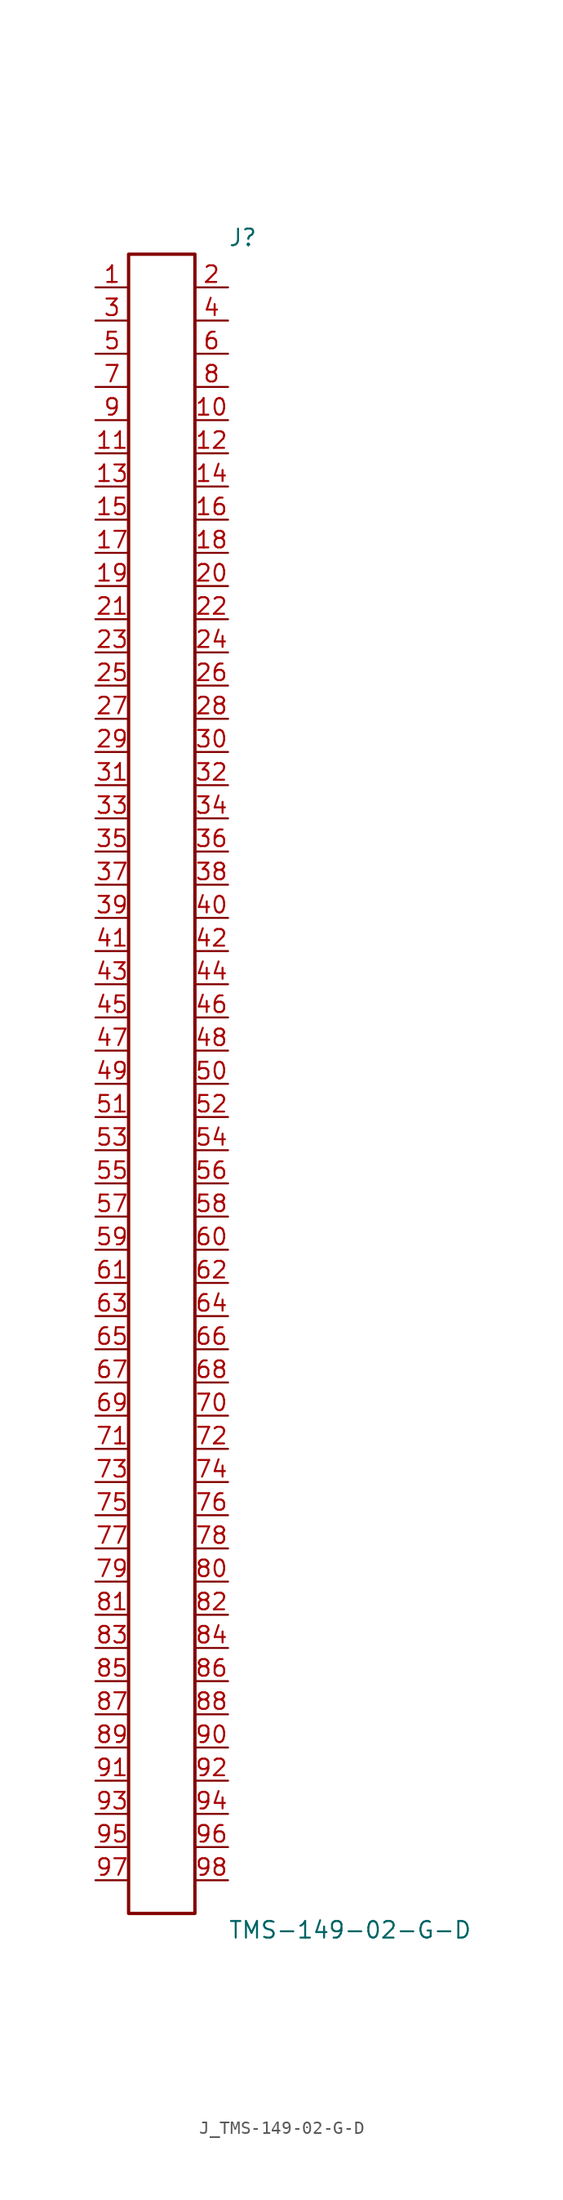
<source format=kicad_sym>
(kicad_symbol_lib
  (version 20231120)
  (generator kicad_symbol_editor)
  (generator_version 8.0)
  (symbol "J_TMS-149-02-G-D"
    (pin_names
      (offset 0.254))
    (property "Reference" "J"
      (at 5.08 64.77 0)
      (effects (font (size 1.27 1.27)) (justify left)))
    (property "Value" "TMS-149-02-G-D"
      (at 5.08 -64.77 0)
      (effects (font (size 1.27 1.27)) (justify left)))
    (symbol "J_TMS-149-02-G-D_0_0"
      (pin unspecified line (at -5.08 60.96 0) (length 2.54) (name "" (effects (font (size 1.27 1.27)))) (number "1" (effects (font (size 1.27 1.27)))))
      (pin unspecified line (at 5.08 60.96 180) (length 2.54) (name "" (effects (font (size 1.27 1.27)))) (number "2" (effects (font (size 1.27 1.27)))))
      (pin unspecified line (at -5.08 58.42 0) (length 2.54) (name "" (effects (font (size 1.27 1.27)))) (number "3" (effects (font (size 1.27 1.27)))))
      (pin unspecified line (at 5.08 58.42 180) (length 2.54) (name "" (effects (font (size 1.27 1.27)))) (number "4" (effects (font (size 1.27 1.27)))))
      (pin unspecified line (at -5.08 55.88 0) (length 2.54) (name "" (effects (font (size 1.27 1.27)))) (number "5" (effects (font (size 1.27 1.27)))))
      (pin unspecified line (at 5.08 55.88 180) (length 2.54) (name "" (effects (font (size 1.27 1.27)))) (number "6" (effects (font (size 1.27 1.27)))))
      (pin unspecified line (at -5.08 53.34 0) (length 2.54) (name "" (effects (font (size 1.27 1.27)))) (number "7" (effects (font (size 1.27 1.27)))))
      (pin unspecified line (at 5.08 53.34 180) (length 2.54) (name "" (effects (font (size 1.27 1.27)))) (number "8" (effects (font (size 1.27 1.27)))))
      (pin unspecified line (at -5.08 50.8 0) (length 2.54) (name "" (effects (font (size 1.27 1.27)))) (number "9" (effects (font (size 1.27 1.27)))))
      (pin unspecified line (at 5.08 50.8 180) (length 2.54) (name "" (effects (font (size 1.27 1.27)))) (number "10" (effects (font (size 1.27 1.27)))))
      (pin unspecified line (at -5.08 48.26 0) (length 2.54) (name "" (effects (font (size 1.27 1.27)))) (number "11" (effects (font (size 1.27 1.27)))))
      (pin unspecified line (at 5.08 48.26 180) (length 2.54) (name "" (effects (font (size 1.27 1.27)))) (number "12" (effects (font (size 1.27 1.27)))))
      (pin unspecified line (at -5.08 45.72 0) (length 2.54) (name "" (effects (font (size 1.27 1.27)))) (number "13" (effects (font (size 1.27 1.27)))))
      (pin unspecified line (at 5.08 45.72 180) (length 2.54) (name "" (effects (font (size 1.27 1.27)))) (number "14" (effects (font (size 1.27 1.27)))))
      (pin unspecified line (at -5.08 43.18 0) (length 2.54) (name "" (effects (font (size 1.27 1.27)))) (number "15" (effects (font (size 1.27 1.27)))))
      (pin unspecified line (at 5.08 43.18 180) (length 2.54) (name "" (effects (font (size 1.27 1.27)))) (number "16" (effects (font (size 1.27 1.27)))))
      (pin unspecified line (at -5.08 40.64 0) (length 2.54) (name "" (effects (font (size 1.27 1.27)))) (number "17" (effects (font (size 1.27 1.27)))))
      (pin unspecified line (at 5.08 40.64 180) (length 2.54) (name "" (effects (font (size 1.27 1.27)))) (number "18" (effects (font (size 1.27 1.27)))))
      (pin unspecified line (at -5.08 38.1 0) (length 2.54) (name "" (effects (font (size 1.27 1.27)))) (number "19" (effects (font (size 1.27 1.27)))))
      (pin unspecified line (at 5.08 38.1 180) (length 2.54) (name "" (effects (font (size 1.27 1.27)))) (number "20" (effects (font (size 1.27 1.27)))))
      (pin unspecified line (at -5.08 35.56 0) (length 2.54) (name "" (effects (font (size 1.27 1.27)))) (number "21" (effects (font (size 1.27 1.27)))))
      (pin unspecified line (at 5.08 35.56 180) (length 2.54) (name "" (effects (font (size 1.27 1.27)))) (number "22" (effects (font (size 1.27 1.27)))))
      (pin unspecified line (at -5.08 33.02 0) (length 2.54) (name "" (effects (font (size 1.27 1.27)))) (number "23" (effects (font (size 1.27 1.27)))))
      (pin unspecified line (at 5.08 33.02 180) (length 2.54) (name "" (effects (font (size 1.27 1.27)))) (number "24" (effects (font (size 1.27 1.27)))))
      (pin unspecified line (at -5.08 30.48 0) (length 2.54) (name "" (effects (font (size 1.27 1.27)))) (number "25" (effects (font (size 1.27 1.27)))))
      (pin unspecified line (at 5.08 30.48 180) (length 2.54) (name "" (effects (font (size 1.27 1.27)))) (number "26" (effects (font (size 1.27 1.27)))))
      (pin unspecified line (at -5.08 27.94 0) (length 2.54) (name "" (effects (font (size 1.27 1.27)))) (number "27" (effects (font (size 1.27 1.27)))))
      (pin unspecified line (at 5.08 27.94 180) (length 2.54) (name "" (effects (font (size 1.27 1.27)))) (number "28" (effects (font (size 1.27 1.27)))))
      (pin unspecified line (at -5.08 25.4 0) (length 2.54) (name "" (effects (font (size 1.27 1.27)))) (number "29" (effects (font (size 1.27 1.27)))))
      (pin unspecified line (at 5.08 25.4 180) (length 2.54) (name "" (effects (font (size 1.27 1.27)))) (number "30" (effects (font (size 1.27 1.27)))))
      (pin unspecified line (at -5.08 22.86 0) (length 2.54) (name "" (effects (font (size 1.27 1.27)))) (number "31" (effects (font (size 1.27 1.27)))))
      (pin unspecified line (at 5.08 22.86 180) (length 2.54) (name "" (effects (font (size 1.27 1.27)))) (number "32" (effects (font (size 1.27 1.27)))))
      (pin unspecified line (at -5.08 20.32 0) (length 2.54) (name "" (effects (font (size 1.27 1.27)))) (number "33" (effects (font (size 1.27 1.27)))))
      (pin unspecified line (at 5.08 20.32 180) (length 2.54) (name "" (effects (font (size 1.27 1.27)))) (number "34" (effects (font (size 1.27 1.27)))))
      (pin unspecified line (at -5.08 17.78 0) (length 2.54) (name "" (effects (font (size 1.27 1.27)))) (number "35" (effects (font (size 1.27 1.27)))))
      (pin unspecified line (at 5.08 17.78 180) (length 2.54) (name "" (effects (font (size 1.27 1.27)))) (number "36" (effects (font (size 1.27 1.27)))))
      (pin unspecified line (at -5.08 15.24 0) (length 2.54) (name "" (effects (font (size 1.27 1.27)))) (number "37" (effects (font (size 1.27 1.27)))))
      (pin unspecified line (at 5.08 15.24 180) (length 2.54) (name "" (effects (font (size 1.27 1.27)))) (number "38" (effects (font (size 1.27 1.27)))))
      (pin unspecified line (at -5.08 12.7 0) (length 2.54) (name "" (effects (font (size 1.27 1.27)))) (number "39" (effects (font (size 1.27 1.27)))))
      (pin unspecified line (at 5.08 12.7 180) (length 2.54) (name "" (effects (font (size 1.27 1.27)))) (number "40" (effects (font (size 1.27 1.27)))))
      (pin unspecified line (at -5.08 10.16 0) (length 2.54) (name "" (effects (font (size 1.27 1.27)))) (number "41" (effects (font (size 1.27 1.27)))))
      (pin unspecified line (at 5.08 10.16 180) (length 2.54) (name "" (effects (font (size 1.27 1.27)))) (number "42" (effects (font (size 1.27 1.27)))))
      (pin unspecified line (at -5.08 7.62 0) (length 2.54) (name "" (effects (font (size 1.27 1.27)))) (number "43" (effects (font (size 1.27 1.27)))))
      (pin unspecified line (at 5.08 7.62 180) (length 2.54) (name "" (effects (font (size 1.27 1.27)))) (number "44" (effects (font (size 1.27 1.27)))))
      (pin unspecified line (at -5.08 5.08 0) (length 2.54) (name "" (effects (font (size 1.27 1.27)))) (number "45" (effects (font (size 1.27 1.27)))))
      (pin unspecified line (at 5.08 5.08 180) (length 2.54) (name "" (effects (font (size 1.27 1.27)))) (number "46" (effects (font (size 1.27 1.27)))))
      (pin unspecified line (at -5.08 2.54 0) (length 2.54) (name "" (effects (font (size 1.27 1.27)))) (number "47" (effects (font (size 1.27 1.27)))))
      (pin unspecified line (at 5.08 2.54 180) (length 2.54) (name "" (effects (font (size 1.27 1.27)))) (number "48" (effects (font (size 1.27 1.27)))))
      (pin unspecified line (at -5.08 0.0 0) (length 2.54) (name "" (effects (font (size 1.27 1.27)))) (number "49" (effects (font (size 1.27 1.27)))))
      (pin unspecified line (at 5.08 0.0 180) (length 2.54) (name "" (effects (font (size 1.27 1.27)))) (number "50" (effects (font (size 1.27 1.27)))))
      (pin unspecified line (at -5.08 -2.54 0) (length 2.54) (name "" (effects (font (size 1.27 1.27)))) (number "51" (effects (font (size 1.27 1.27)))))
      (pin unspecified line (at 5.08 -2.54 180) (length 2.54) (name "" (effects (font (size 1.27 1.27)))) (number "52" (effects (font (size 1.27 1.27)))))
      (pin unspecified line (at -5.08 -5.08 0) (length 2.54) (name "" (effects (font (size 1.27 1.27)))) (number "53" (effects (font (size 1.27 1.27)))))
      (pin unspecified line (at 5.08 -5.08 180) (length 2.54) (name "" (effects (font (size 1.27 1.27)))) (number "54" (effects (font (size 1.27 1.27)))))
      (pin unspecified line (at -5.08 -7.62 0) (length 2.54) (name "" (effects (font (size 1.27 1.27)))) (number "55" (effects (font (size 1.27 1.27)))))
      (pin unspecified line (at 5.08 -7.62 180) (length 2.54) (name "" (effects (font (size 1.27 1.27)))) (number "56" (effects (font (size 1.27 1.27)))))
      (pin unspecified line (at -5.08 -10.16 0) (length 2.54) (name "" (effects (font (size 1.27 1.27)))) (number "57" (effects (font (size 1.27 1.27)))))
      (pin unspecified line (at 5.08 -10.16 180) (length 2.54) (name "" (effects (font (size 1.27 1.27)))) (number "58" (effects (font (size 1.27 1.27)))))
      (pin unspecified line (at -5.08 -12.7 0) (length 2.54) (name "" (effects (font (size 1.27 1.27)))) (number "59" (effects (font (size 1.27 1.27)))))
      (pin unspecified line (at 5.08 -12.7 180) (length 2.54) (name "" (effects (font (size 1.27 1.27)))) (number "60" (effects (font (size 1.27 1.27)))))
      (pin unspecified line (at -5.08 -15.24 0) (length 2.54) (name "" (effects (font (size 1.27 1.27)))) (number "61" (effects (font (size 1.27 1.27)))))
      (pin unspecified line (at 5.08 -15.24 180) (length 2.54) (name "" (effects (font (size 1.27 1.27)))) (number "62" (effects (font (size 1.27 1.27)))))
      (pin unspecified line (at -5.08 -17.78 0) (length 2.54) (name "" (effects (font (size 1.27 1.27)))) (number "63" (effects (font (size 1.27 1.27)))))
      (pin unspecified line (at 5.08 -17.78 180) (length 2.54) (name "" (effects (font (size 1.27 1.27)))) (number "64" (effects (font (size 1.27 1.27)))))
      (pin unspecified line (at -5.08 -20.32 0) (length 2.54) (name "" (effects (font (size 1.27 1.27)))) (number "65" (effects (font (size 1.27 1.27)))))
      (pin unspecified line (at 5.08 -20.32 180) (length 2.54) (name "" (effects (font (size 1.27 1.27)))) (number "66" (effects (font (size 1.27 1.27)))))
      (pin unspecified line (at -5.08 -22.86 0) (length 2.54) (name "" (effects (font (size 1.27 1.27)))) (number "67" (effects (font (size 1.27 1.27)))))
      (pin unspecified line (at 5.08 -22.86 180) (length 2.54) (name "" (effects (font (size 1.27 1.27)))) (number "68" (effects (font (size 1.27 1.27)))))
      (pin unspecified line (at -5.08 -25.4 0) (length 2.54) (name "" (effects (font (size 1.27 1.27)))) (number "69" (effects (font (size 1.27 1.27)))))
      (pin unspecified line (at 5.08 -25.4 180) (length 2.54) (name "" (effects (font (size 1.27 1.27)))) (number "70" (effects (font (size 1.27 1.27)))))
      (pin unspecified line (at -5.08 -27.94 0) (length 2.54) (name "" (effects (font (size 1.27 1.27)))) (number "71" (effects (font (size 1.27 1.27)))))
      (pin unspecified line (at 5.08 -27.94 180) (length 2.54) (name "" (effects (font (size 1.27 1.27)))) (number "72" (effects (font (size 1.27 1.27)))))
      (pin unspecified line (at -5.08 -30.48 0) (length 2.54) (name "" (effects (font (size 1.27 1.27)))) (number "73" (effects (font (size 1.27 1.27)))))
      (pin unspecified line (at 5.08 -30.48 180) (length 2.54) (name "" (effects (font (size 1.27 1.27)))) (number "74" (effects (font (size 1.27 1.27)))))
      (pin unspecified line (at -5.08 -33.02 0) (length 2.54) (name "" (effects (font (size 1.27 1.27)))) (number "75" (effects (font (size 1.27 1.27)))))
      (pin unspecified line (at 5.08 -33.02 180) (length 2.54) (name "" (effects (font (size 1.27 1.27)))) (number "76" (effects (font (size 1.27 1.27)))))
      (pin unspecified line (at -5.08 -35.56 0) (length 2.54) (name "" (effects (font (size 1.27 1.27)))) (number "77" (effects (font (size 1.27 1.27)))))
      (pin unspecified line (at 5.08 -35.56 180) (length 2.54) (name "" (effects (font (size 1.27 1.27)))) (number "78" (effects (font (size 1.27 1.27)))))
      (pin unspecified line (at -5.08 -38.1 0) (length 2.54) (name "" (effects (font (size 1.27 1.27)))) (number "79" (effects (font (size 1.27 1.27)))))
      (pin unspecified line (at 5.08 -38.1 180) (length 2.54) (name "" (effects (font (size 1.27 1.27)))) (number "80" (effects (font (size 1.27 1.27)))))
      (pin unspecified line (at -5.08 -40.64 0) (length 2.54) (name "" (effects (font (size 1.27 1.27)))) (number "81" (effects (font (size 1.27 1.27)))))
      (pin unspecified line (at 5.08 -40.64 180) (length 2.54) (name "" (effects (font (size 1.27 1.27)))) (number "82" (effects (font (size 1.27 1.27)))))
      (pin unspecified line (at -5.08 -43.18 0) (length 2.54) (name "" (effects (font (size 1.27 1.27)))) (number "83" (effects (font (size 1.27 1.27)))))
      (pin unspecified line (at 5.08 -43.18 180) (length 2.54) (name "" (effects (font (size 1.27 1.27)))) (number "84" (effects (font (size 1.27 1.27)))))
      (pin unspecified line (at -5.08 -45.72 0) (length 2.54) (name "" (effects (font (size 1.27 1.27)))) (number "85" (effects (font (size 1.27 1.27)))))
      (pin unspecified line (at 5.08 -45.72 180) (length 2.54) (name "" (effects (font (size 1.27 1.27)))) (number "86" (effects (font (size 1.27 1.27)))))
      (pin unspecified line (at -5.08 -48.26 0) (length 2.54) (name "" (effects (font (size 1.27 1.27)))) (number "87" (effects (font (size 1.27 1.27)))))
      (pin unspecified line (at 5.08 -48.26 180) (length 2.54) (name "" (effects (font (size 1.27 1.27)))) (number "88" (effects (font (size 1.27 1.27)))))
      (pin unspecified line (at -5.08 -50.8 0) (length 2.54) (name "" (effects (font (size 1.27 1.27)))) (number "89" (effects (font (size 1.27 1.27)))))
      (pin unspecified line (at 5.08 -50.8 180) (length 2.54) (name "" (effects (font (size 1.27 1.27)))) (number "90" (effects (font (size 1.27 1.27)))))
      (pin unspecified line (at -5.08 -53.34 0) (length 2.54) (name "" (effects (font (size 1.27 1.27)))) (number "91" (effects (font (size 1.27 1.27)))))
      (pin unspecified line (at 5.08 -53.34 180) (length 2.54) (name "" (effects (font (size 1.27 1.27)))) (number "92" (effects (font (size 1.27 1.27)))))
      (pin unspecified line (at -5.08 -55.88 0) (length 2.54) (name "" (effects (font (size 1.27 1.27)))) (number "93" (effects (font (size 1.27 1.27)))))
      (pin unspecified line (at 5.08 -55.88 180) (length 2.54) (name "" (effects (font (size 1.27 1.27)))) (number "94" (effects (font (size 1.27 1.27)))))
      (pin unspecified line (at -5.08 -58.42 0) (length 2.54) (name "" (effects (font (size 1.27 1.27)))) (number "95" (effects (font (size 1.27 1.27)))))
      (pin unspecified line (at 5.08 -58.42 180) (length 2.54) (name "" (effects (font (size 1.27 1.27)))) (number "96" (effects (font (size 1.27 1.27)))))
      (pin unspecified line (at -5.08 -60.96 0) (length 2.54) (name "" (effects (font (size 1.27 1.27)))) (number "97" (effects (font (size 1.27 1.27)))))
      (pin unspecified line (at 5.08 -60.96 180) (length 2.54) (name "" (effects (font (size 1.27 1.27)))) (number "98" (effects (font (size 1.27 1.27))))))
    (symbol "J_TMS-149-02-G-D_1_0"
      (rectangle (start -2.54 63.5) (end 2.54 -63.5) (stroke (width 0.254) (type solid)) (fill (type none))))))
</source>
